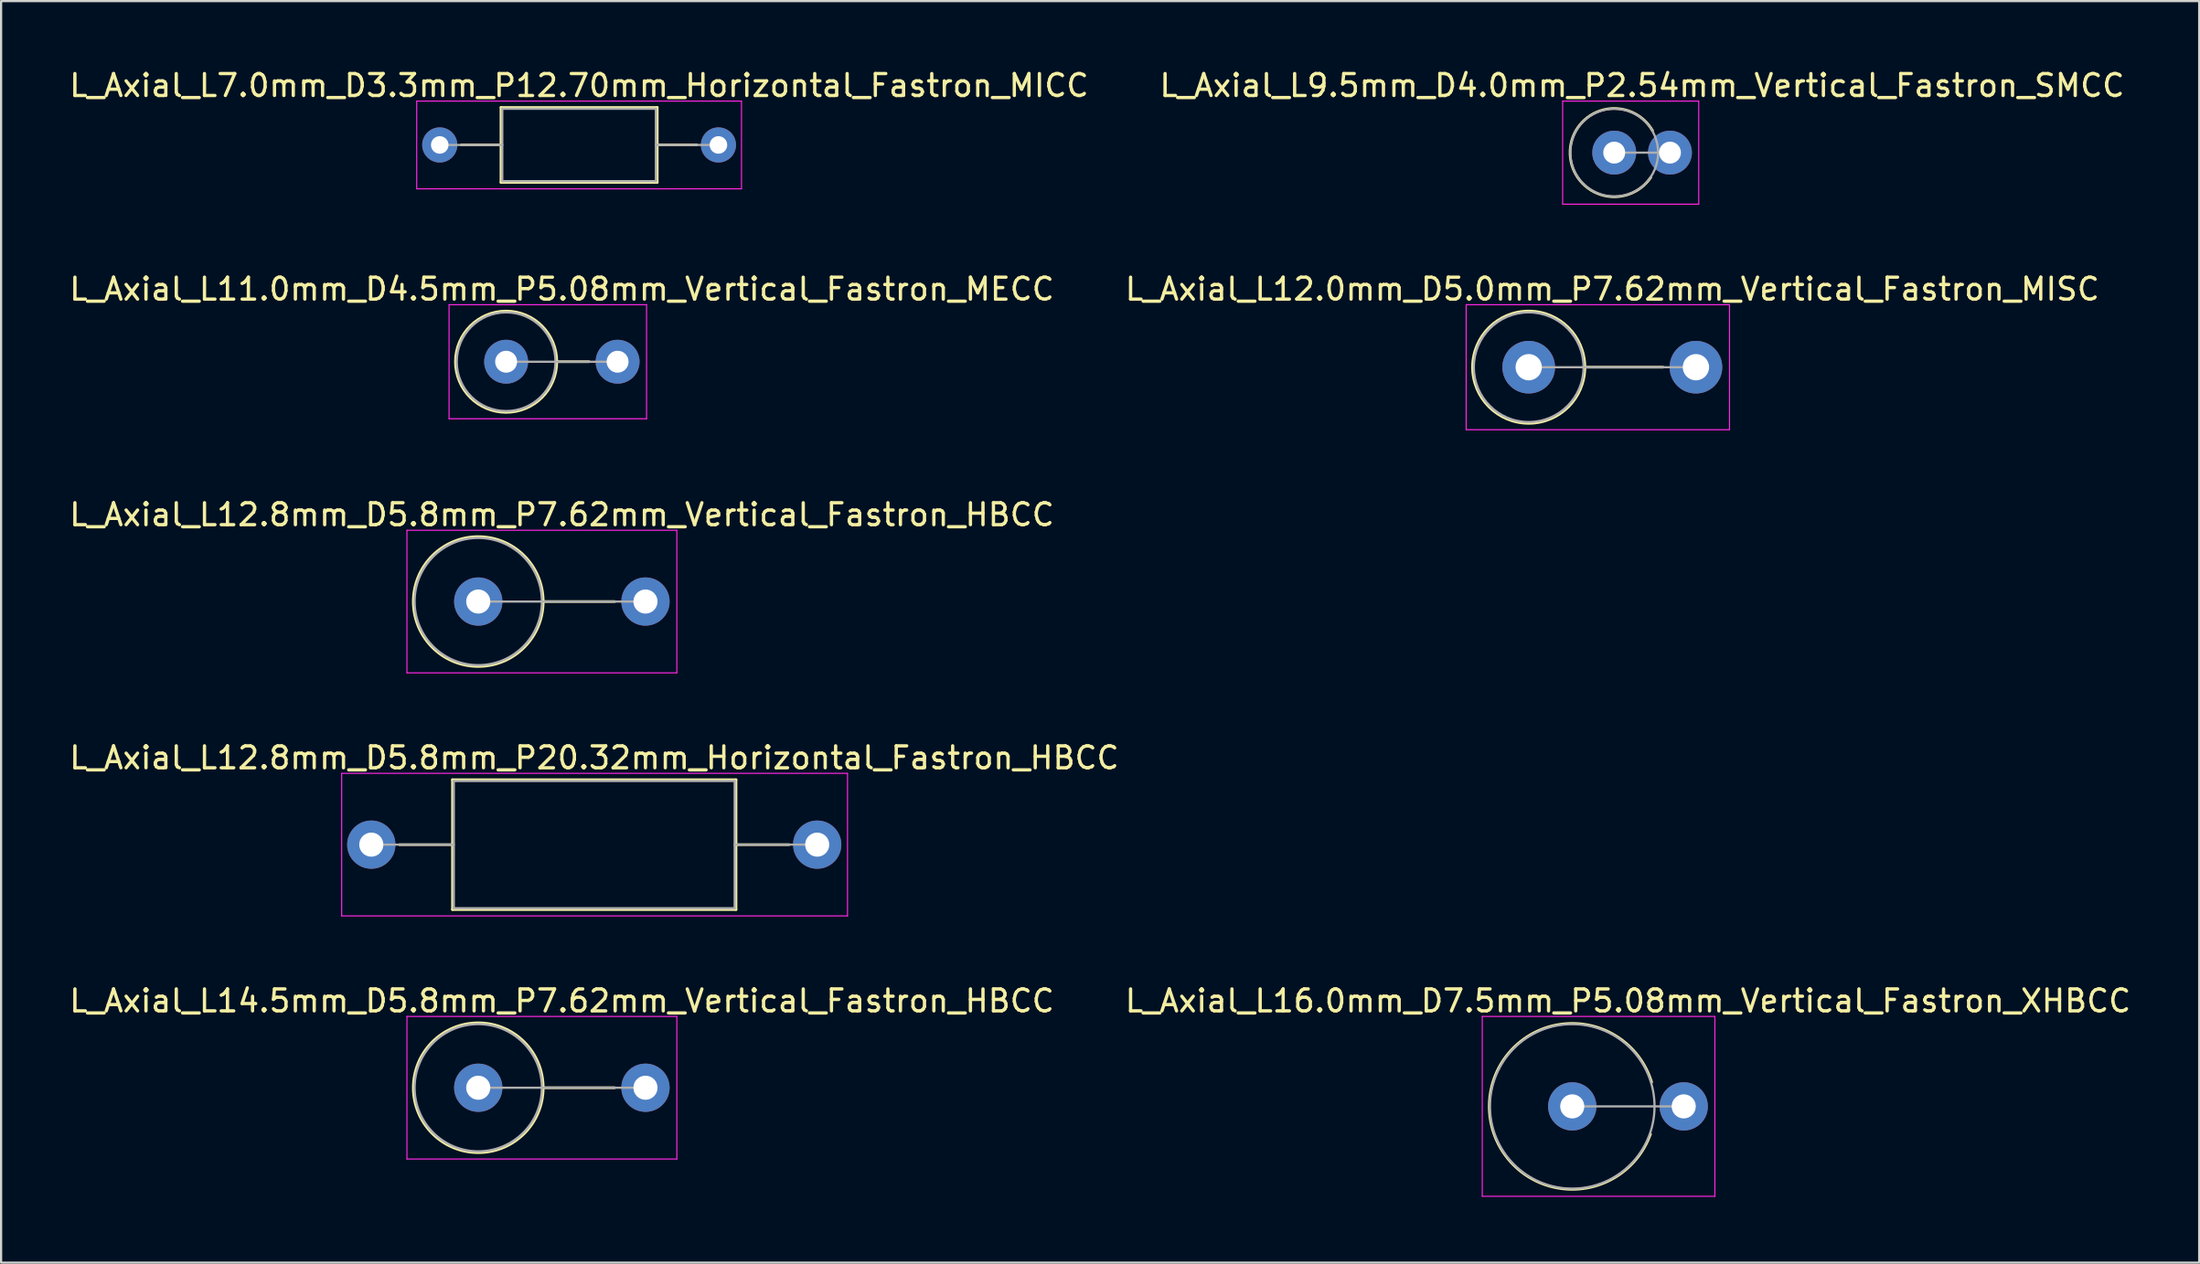
<source format=kicad_pcb>
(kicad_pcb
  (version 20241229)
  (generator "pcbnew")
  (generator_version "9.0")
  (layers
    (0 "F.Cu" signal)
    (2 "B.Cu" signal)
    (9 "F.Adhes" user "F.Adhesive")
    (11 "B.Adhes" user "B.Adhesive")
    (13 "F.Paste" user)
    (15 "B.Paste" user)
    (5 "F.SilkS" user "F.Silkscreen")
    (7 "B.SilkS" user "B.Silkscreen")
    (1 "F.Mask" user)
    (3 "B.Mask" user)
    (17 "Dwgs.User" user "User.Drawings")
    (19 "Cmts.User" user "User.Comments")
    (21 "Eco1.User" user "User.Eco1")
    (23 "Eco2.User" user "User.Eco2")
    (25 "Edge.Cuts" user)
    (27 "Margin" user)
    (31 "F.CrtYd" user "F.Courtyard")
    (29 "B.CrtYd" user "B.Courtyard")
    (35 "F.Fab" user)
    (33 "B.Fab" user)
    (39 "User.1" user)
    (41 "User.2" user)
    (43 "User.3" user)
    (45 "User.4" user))
  (footprint "L_Axial_L14.5mm_D5.8mm_P7.62mm_Vertical_Fastron_HBCC"
    (layer "F.Cu")
    (at 18.744 46.541)
    (property "Reference" "L_Axial_L14.5mm_D5.8mm_P7.62mm_Vertical_Fastron_HBCC" (at 3.81 -3.96 0) (layer "F.SilkS") (effects (font (size 1 1) (thickness 0.15))))
    (attr through_hole)
    (fp_line (start 2.96 0) (end 6.22 0) (stroke (width 0.12) (type solid)) (layer "F.SilkS"))
    (fp_circle (center 0 0) (end 2.96 0) (stroke (width 0.12) (type solid)) (fill no) (layer "F.SilkS"))
    (fp_line (start -3.25 -3.25) (end -3.25 3.25) (stroke (width 0.05) (type solid)) (layer "F.CrtYd"))
    (fp_line (start -3.25 3.25) (end 9.05 3.25) (stroke (width 0.05) (type solid)) (layer "F.CrtYd"))
    (fp_line (start 9.05 -3.25) (end -3.25 -3.25) (stroke (width 0.05) (type solid)) (layer "F.CrtYd"))
    (fp_line (start 9.05 3.25) (end 9.05 -3.25) (stroke (width 0.05) (type solid)) (layer "F.CrtYd"))
    (fp_line (start 0 0) (end 7.62 0) (stroke (width 0.1) (type solid)) (layer "F.Fab"))
    (fp_circle (center 0 0) (end 2.9 0) (stroke (width 0.1) (type solid)) (fill no) (layer "F.Fab"))
    (pad "1" thru_hole circle (at 0 0) (size 2.2 2.2) (drill 1.1) (layers "*.Cu" "*.Mask"))
    (pad "2" thru_hole oval (at 7.62 0) (size 2.2 2.2) (drill 1.1) (layers "*.Cu" "*.Mask")))
  (footprint "L_Axial_L12.0mm_D5.0mm_P7.62mm_Vertical_Fastron_MISC"
    (layer "F.Cu")
    (at 66.613 13.691)
    (property "Reference" "L_Axial_L12.0mm_D5.0mm_P7.62mm_Vertical_Fastron_MISC" (at 3.81 -3.56 0) (layer "F.SilkS") (effects (font (size 1 1) (thickness 0.15))))
    (attr through_hole)
    (fp_line (start 2.56 0) (end 6.12 0) (stroke (width 0.12) (type solid)) (layer "F.SilkS"))
    (fp_circle (center 0 0) (end 2.56 0) (stroke (width 0.12) (type solid)) (fill no) (layer "F.SilkS"))
    (fp_line (start -2.85 -2.85) (end -2.85 2.85) (stroke (width 0.05) (type solid)) (layer "F.CrtYd"))
    (fp_line (start -2.85 2.85) (end 9.15 2.85) (stroke (width 0.05) (type solid)) (layer "F.CrtYd"))
    (fp_line (start 9.15 -2.85) (end -2.85 -2.85) (stroke (width 0.05) (type solid)) (layer "F.CrtYd"))
    (fp_line (start 9.15 2.85) (end 9.15 -2.85) (stroke (width 0.05) (type solid)) (layer "F.CrtYd"))
    (fp_line (start 0 0) (end 7.62 0) (stroke (width 0.1) (type solid)) (layer "F.Fab"))
    (fp_circle (center 0 0) (end 2.5 0) (stroke (width 0.1) (type solid)) (fill no) (layer "F.Fab"))
    (pad "1" thru_hole circle (at 0 0) (size 2.4 2.4) (drill 1.2) (layers "*.Cu" "*.Mask"))
    (pad "2" thru_hole oval (at 7.62 0) (size 2.4 2.4) (drill 1.2) (layers "*.Cu" "*.Mask")))
  (footprint "L_Axial_L16.0mm_D7.5mm_P5.08mm_Vertical_Fastron_XHBCC"
    (layer "F.Cu")
    (at 68.597 47.391)
    (property "Reference" "L_Axial_L16.0mm_D7.5mm_P5.08mm_Vertical_Fastron_XHBCC" (at 2.54 -4.81 0) (layer "F.SilkS") (effects (font (size 1 1) (thickness 0.15))))
    (attr through_hole)
    (fp_arc (start 3.565987 1.262432) (mid -3.78189 -0.085493) (end 3.619392 -1.1) (stroke (width 0.12) (type solid)) (layer "F.SilkS"))
    (fp_line (start -4.1 -4.1) (end -4.1 4.1) (stroke (width 0.05) (type solid)) (layer "F.CrtYd"))
    (fp_line (start -4.1 4.1) (end 6.5 4.1) (stroke (width 0.05) (type solid)) (layer "F.CrtYd"))
    (fp_line (start 6.5 -4.1) (end -4.1 -4.1) (stroke (width 0.05) (type solid)) (layer "F.CrtYd"))
    (fp_line (start 6.5 4.1) (end 6.5 -4.1) (stroke (width 0.05) (type solid)) (layer "F.CrtYd"))
    (fp_line (start 0 0) (end 5.08 0) (stroke (width 0.1) (type solid)) (layer "F.Fab"))
    (fp_circle (center 0 0) (end 3.75 0) (stroke (width 0.1) (type solid)) (fill no) (layer "F.Fab"))
    (pad "1" thru_hole circle (at 0 0) (size 2.2 2.2) (drill 1.1) (layers "*.Cu" "*.Mask"))
    (pad "2" thru_hole oval (at 5.08 0) (size 2.2 2.2) (drill 1.1) (layers "*.Cu" "*.Mask")))
  (footprint "L_Axial_L12.8mm_D5.8mm_P7.62mm_Vertical_Fastron_HBCC"
    (layer "F.Cu")
    (at 18.744 24.375)
    (property "Reference" "L_Axial_L12.8mm_D5.8mm_P7.62mm_Vertical_Fastron_HBCC" (at 3.81 -3.96 0) (layer "F.SilkS") (effects (font (size 1 1) (thickness 0.15))))
    (attr through_hole)
    (fp_line (start 2.96 0) (end 6.22 0) (stroke (width 0.12) (type solid)) (layer "F.SilkS"))
    (fp_circle (center 0 0) (end 2.96 0) (stroke (width 0.12) (type solid)) (fill no) (layer "F.SilkS"))
    (fp_line (start -3.25 -3.25) (end -3.25 3.25) (stroke (width 0.05) (type solid)) (layer "F.CrtYd"))
    (fp_line (start -3.25 3.25) (end 9.05 3.25) (stroke (width 0.05) (type solid)) (layer "F.CrtYd"))
    (fp_line (start 9.05 -3.25) (end -3.25 -3.25) (stroke (width 0.05) (type solid)) (layer "F.CrtYd"))
    (fp_line (start 9.05 3.25) (end 9.05 -3.25) (stroke (width 0.05) (type solid)) (layer "F.CrtYd"))
    (fp_line (start 0 0) (end 7.62 0) (stroke (width 0.1) (type solid)) (layer "F.Fab"))
    (fp_circle (center 0 0) (end 2.9 0) (stroke (width 0.1) (type solid)) (fill no) (layer "F.Fab"))
    (pad "1" thru_hole circle (at 0 0) (size 2.2 2.2) (drill 1.1) (layers "*.Cu" "*.Mask"))
    (pad "2" thru_hole oval (at 7.62 0) (size 2.2 2.2) (drill 1.1) (layers "*.Cu" "*.Mask")))
  (footprint "L_Axial_L9.5mm_D4.0mm_P2.54mm_Vertical_Fastron_SMCC"
    (layer "F.Cu")
    (at 70.51 3.908)
    (property "Reference" "L_Axial_L9.5mm_D4.0mm_P2.54mm_Vertical_Fastron_SMCC" (at 1.27 -3.06 0) (layer "F.SilkS") (effects (font (size 1 1) (thickness 0.15))))
    (attr through_hole)
    (fp_arc (start 1.667041 1.129812) (mid -2.012374 -0.076494) (end 1.747999 -1) (stroke (width 0.12) (type solid)) (layer "F.SilkS"))
    (fp_line (start -2.35 -2.35) (end -2.35 2.35) (stroke (width 0.05) (type solid)) (layer "F.CrtYd"))
    (fp_line (start -2.35 2.35) (end 3.85 2.35) (stroke (width 0.05) (type solid)) (layer "F.CrtYd"))
    (fp_line (start 3.85 -2.35) (end -2.35 -2.35) (stroke (width 0.05) (type solid)) (layer "F.CrtYd"))
    (fp_line (start 3.85 2.35) (end 3.85 -2.35) (stroke (width 0.05) (type solid)) (layer "F.CrtYd"))
    (fp_line (start 0 0) (end 2.54 0) (stroke (width 0.1) (type solid)) (layer "F.Fab"))
    (fp_circle (center 0 0) (end 2 0) (stroke (width 0.1) (type solid)) (fill no) (layer "F.Fab"))
    (pad "1" thru_hole circle (at 0 0) (size 2 2) (drill 1) (layers "*.Cu" "*.Mask"))
    (pad "2" thru_hole oval (at 2.54 0) (size 2 2) (drill 1) (layers "*.Cu" "*.Mask")))
  (footprint "L_Axial_L12.8mm_D5.8mm_P20.32mm_Horizontal_Fastron_HBCC"
    (layer "F.Cu")
    (at 13.87 35.458)
    (property "Reference" "L_Axial_L12.8mm_D5.8mm_P20.32mm_Horizontal_Fastron_HBCC" (at 10.16 -3.96 0) (layer "F.SilkS") (effects (font (size 1 1) (thickness 0.15))))
    (attr through_hole)
    (fp_line (start 1.28 0) (end 3.7 0) (stroke (width 0.12) (type solid)) (layer "F.SilkS"))
    (fp_line (start 3.7 -2.96) (end 3.7 2.96) (stroke (width 0.12) (type solid)) (layer "F.SilkS"))
    (fp_line (start 3.7 2.96) (end 16.62 2.96) (stroke (width 0.12) (type solid)) (layer "F.SilkS"))
    (fp_line (start 16.62 -2.96) (end 3.7 -2.96) (stroke (width 0.12) (type solid)) (layer "F.SilkS"))
    (fp_line (start 16.62 2.96) (end 16.62 -2.96) (stroke (width 0.12) (type solid)) (layer "F.SilkS"))
    (fp_line (start 19.04 0) (end 16.62 0) (stroke (width 0.12) (type solid)) (layer "F.SilkS"))
    (fp_line (start -1.35 -3.25) (end -1.35 3.25) (stroke (width 0.05) (type solid)) (layer "F.CrtYd"))
    (fp_line (start -1.35 3.25) (end 21.7 3.25) (stroke (width 0.05) (type solid)) (layer "F.CrtYd"))
    (fp_line (start 21.7 -3.25) (end -1.35 -3.25) (stroke (width 0.05) (type solid)) (layer "F.CrtYd"))
    (fp_line (start 21.7 3.25) (end 21.7 -3.25) (stroke (width 0.05) (type solid)) (layer "F.CrtYd"))
    (fp_line (start 0 0) (end 3.76 0) (stroke (width 0.1) (type solid)) (layer "F.Fab"))
    (fp_line (start 3.76 -2.9) (end 3.76 2.9) (stroke (width 0.1) (type solid)) (layer "F.Fab"))
    (fp_line (start 3.76 2.9) (end 16.56 2.9) (stroke (width 0.1) (type solid)) (layer "F.Fab"))
    (fp_line (start 16.56 -2.9) (end 3.76 -2.9) (stroke (width 0.1) (type solid)) (layer "F.Fab"))
    (fp_line (start 16.56 2.9) (end 16.56 -2.9) (stroke (width 0.1) (type solid)) (layer "F.Fab"))
    (fp_line (start 20.32 0) (end 16.56 0) (stroke (width 0.1) (type solid)) (layer "F.Fab"))
    (pad "1" thru_hole circle (at 0 0) (size 2.2 2.2) (drill 1.1) (layers "*.Cu" "*.Mask"))
    (pad "2" thru_hole oval (at 20.32 0) (size 2.2 2.2) (drill 1.1) (layers "*.Cu" "*.Mask")))
  (footprint "L_Axial_L11.0mm_D4.5mm_P5.08mm_Vertical_Fastron_MECC"
    (layer "F.Cu")
    (at 20.014 13.441)
    (property "Reference" "L_Axial_L11.0mm_D4.5mm_P5.08mm_Vertical_Fastron_MECC" (at 2.54 -3.31 0) (layer "F.SilkS") (effects (font (size 1 1) (thickness 0.15))))
    (attr through_hole)
    (fp_line (start 2.31 0) (end 3.78 0) (stroke (width 0.12) (type solid)) (layer "F.SilkS"))
    (fp_circle (center 0 0) (end 2.31 0) (stroke (width 0.12) (type solid)) (fill no) (layer "F.SilkS"))
    (fp_line (start -2.6 -2.6) (end -2.6 2.6) (stroke (width 0.05) (type solid)) (layer "F.CrtYd"))
    (fp_line (start -2.6 2.6) (end 6.4 2.6) (stroke (width 0.05) (type solid)) (layer "F.CrtYd"))
    (fp_line (start 6.4 -2.6) (end -2.6 -2.6) (stroke (width 0.05) (type solid)) (layer "F.CrtYd"))
    (fp_line (start 6.4 2.6) (end 6.4 -2.6) (stroke (width 0.05) (type solid)) (layer "F.CrtYd"))
    (fp_line (start 0 0) (end 5.08 0) (stroke (width 0.1) (type solid)) (layer "F.Fab"))
    (fp_circle (center 0 0) (end 2.25 0) (stroke (width 0.1) (type solid)) (fill no) (layer "F.Fab"))
    (pad "1" thru_hole circle (at 0 0) (size 2 2) (drill 1) (layers "*.Cu" "*.Mask"))
    (pad "2" thru_hole oval (at 5.08 0) (size 2 2) (drill 1) (layers "*.Cu" "*.Mask")))
  (footprint "L_Axial_L7.0mm_D3.3mm_P12.70mm_Horizontal_Fastron_MICC"
    (layer "F.Cu")
    (at 16.989 3.558)
    (property "Reference" "L_Axial_L7.0mm_D3.3mm_P12.70mm_Horizontal_Fastron_MICC" (at 6.35 -2.71 0) (layer "F.SilkS") (effects (font (size 1 1) (thickness 0.15))))
    (attr through_hole)
    (fp_line (start 0.98 0) (end 2.79 0) (stroke (width 0.12) (type solid)) (layer "F.SilkS"))
    (fp_line (start 2.79 -1.71) (end 2.79 1.71) (stroke (width 0.12) (type solid)) (layer "F.SilkS"))
    (fp_line (start 2.79 1.71) (end 9.91 1.71) (stroke (width 0.12) (type solid)) (layer "F.SilkS"))
    (fp_line (start 9.91 -1.71) (end 2.79 -1.71) (stroke (width 0.12) (type solid)) (layer "F.SilkS"))
    (fp_line (start 9.91 1.71) (end 9.91 -1.71) (stroke (width 0.12) (type solid)) (layer "F.SilkS"))
    (fp_line (start 11.72 0) (end 9.91 0) (stroke (width 0.12) (type solid)) (layer "F.SilkS"))
    (fp_line (start -1.05 -2) (end -1.05 2) (stroke (width 0.05) (type solid)) (layer "F.CrtYd"))
    (fp_line (start -1.05 2) (end 13.75 2) (stroke (width 0.05) (type solid)) (layer "F.CrtYd"))
    (fp_line (start 13.75 -2) (end -1.05 -2) (stroke (width 0.05) (type solid)) (layer "F.CrtYd"))
    (fp_line (start 13.75 2) (end 13.75 -2) (stroke (width 0.05) (type solid)) (layer "F.CrtYd"))
    (fp_line (start 0 0) (end 2.85 0) (stroke (width 0.1) (type solid)) (layer "F.Fab"))
    (fp_line (start 2.85 -1.65) (end 2.85 1.65) (stroke (width 0.1) (type solid)) (layer "F.Fab"))
    (fp_line (start 2.85 1.65) (end 9.85 1.65) (stroke (width 0.1) (type solid)) (layer "F.Fab"))
    (fp_line (start 9.85 -1.65) (end 2.85 -1.65) (stroke (width 0.1) (type solid)) (layer "F.Fab"))
    (fp_line (start 9.85 1.65) (end 9.85 -1.65) (stroke (width 0.1) (type solid)) (layer "F.Fab"))
    (fp_line (start 12.7 0) (end 9.85 0) (stroke (width 0.1) (type solid)) (layer "F.Fab"))
    (pad "1" thru_hole circle (at 0 0) (size 1.6 1.6) (drill 0.8) (layers "*.Cu" "*.Mask"))
    (pad "2" thru_hole oval (at 12.7 0) (size 1.6 1.6) (drill 0.8) (layers "*.Cu" "*.Mask")))
  (gr_rect
    (start -3 -3)
    (end 97.167 54.516)
    (stroke (width 0.1) (type default))
    (fill no)
    (layer "Edge.Cuts")))
</source>
